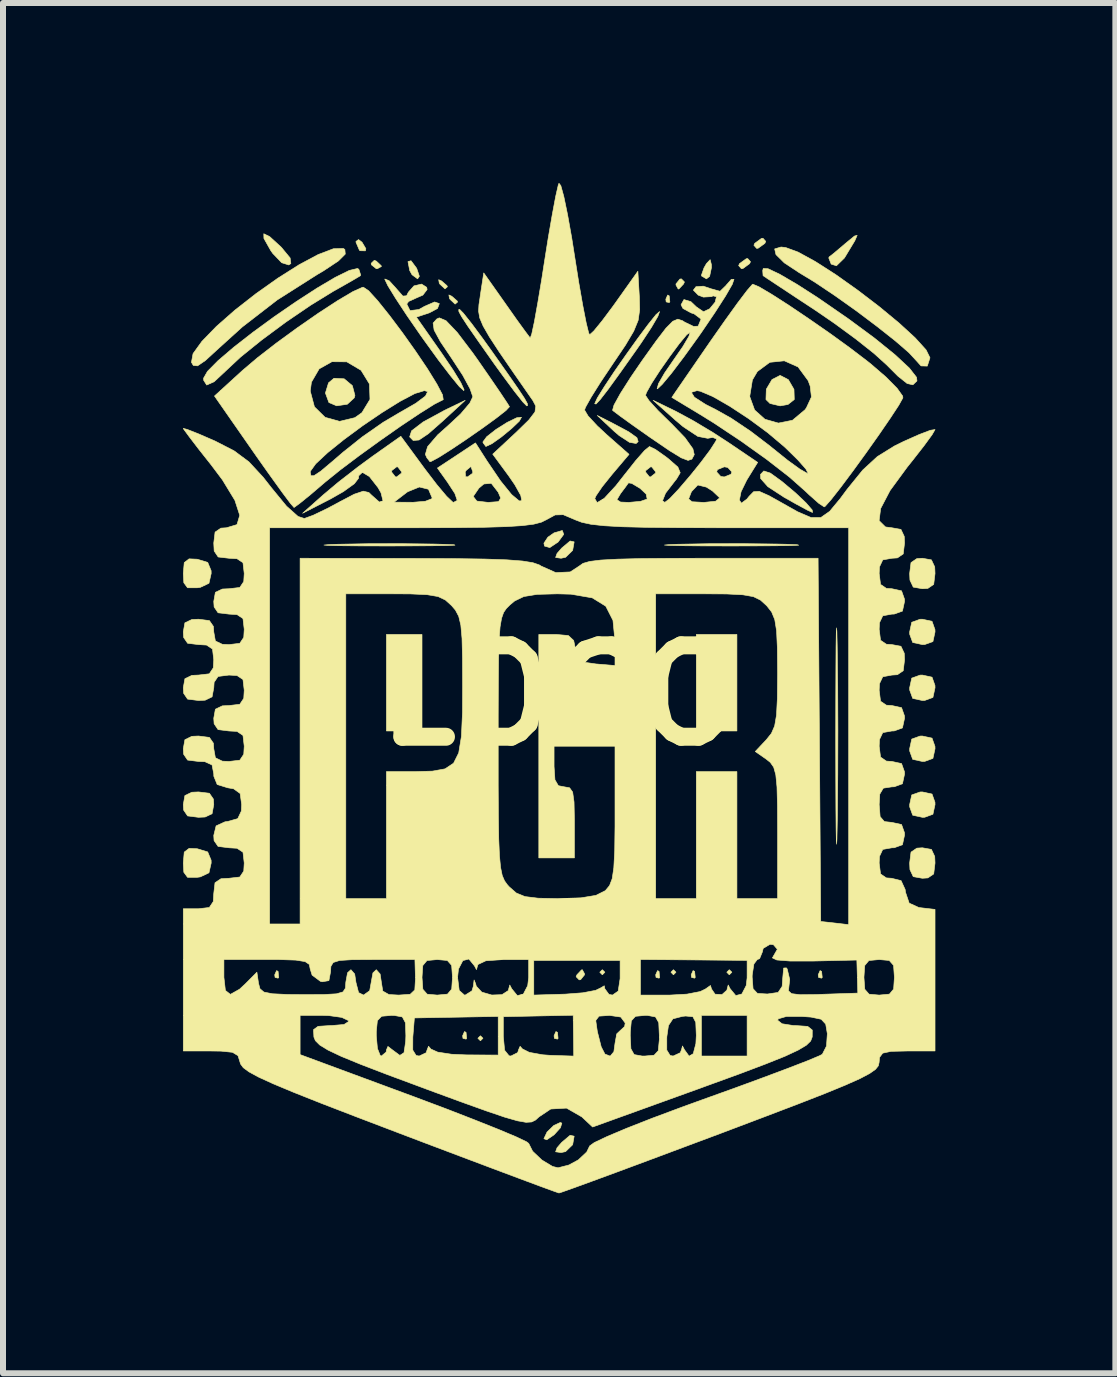
<source format=kicad_pcb>
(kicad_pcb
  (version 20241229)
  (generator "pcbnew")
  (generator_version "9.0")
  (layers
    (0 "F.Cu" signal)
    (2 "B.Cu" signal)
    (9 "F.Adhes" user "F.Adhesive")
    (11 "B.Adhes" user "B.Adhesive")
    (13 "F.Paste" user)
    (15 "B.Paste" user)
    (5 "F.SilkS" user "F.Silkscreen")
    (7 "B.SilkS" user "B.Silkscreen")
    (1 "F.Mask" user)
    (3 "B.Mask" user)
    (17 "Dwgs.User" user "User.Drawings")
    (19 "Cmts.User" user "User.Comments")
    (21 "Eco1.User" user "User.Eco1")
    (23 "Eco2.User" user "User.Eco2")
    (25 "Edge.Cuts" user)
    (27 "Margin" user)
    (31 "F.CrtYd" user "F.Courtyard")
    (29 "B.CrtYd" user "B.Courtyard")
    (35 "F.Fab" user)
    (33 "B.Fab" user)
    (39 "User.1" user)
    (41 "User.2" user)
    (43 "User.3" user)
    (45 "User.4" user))
  (footprint "LOGO"
    (layer "F.Cu")
    (at 6.27 8.541)
    (property "Reference" "LOGO" (at 0 0 0) (layer "F.SilkS") (effects (font (size 1.524 1.524) (thickness 0.3))))
    (attr through_hole)
    (fp_poly (pts (xy -2.286 0.593) (xy -2.879 0.593) (xy -2.879 -1.016) (xy -2.286 -1.016) (xy -2.286 0.593)) (stroke (width 0.01) (type solid)) (fill yes) (layer "F.SilkS"))
    (fp_poly (pts (xy -1.27 5.715) (xy -1.312 5.757) (xy -1.355 5.715) (xy -1.312 5.673) (xy -1.27 5.715)) (stroke (width 0.01) (type solid)) (fill yes) (layer "F.SilkS"))
    (fp_poly (pts (xy 0.762 4.614) (xy 0.72 4.657) (xy 0.677 4.614) (xy 0.72 4.572) (xy 0.762 4.614)) (stroke (width 0.01) (type solid)) (fill yes) (layer "F.SilkS"))
    (fp_poly (pts (xy 1.947 4.614) (xy 1.905 4.657) (xy 1.863 4.614) (xy 1.905 4.572) (xy 1.947 4.614)) (stroke (width 0.01) (type solid)) (fill yes) (layer "F.SilkS"))
    (fp_poly (pts (xy 2.879 4.614) (xy 2.836 4.657) (xy 2.794 4.614) (xy 2.836 4.572) (xy 2.879 4.614)) (stroke (width 0.01) (type solid)) (fill yes) (layer "F.SilkS"))
    (fp_poly (pts (xy 2.963 0.593) (xy 2.286 0.593) (xy 2.286 -1.016) (xy 2.963 -1.016) (xy 2.963 0.593)) (stroke (width 0.01) (type solid)) (fill yes) (layer "F.SilkS"))
    (fp_poly (pts (xy -4.685 4.6) (xy -4.675 4.701) (xy -4.685 4.713) (xy -4.735 4.701) (xy -4.741 4.657) (xy -4.71 4.587) (xy -4.685 4.6)) (stroke (width 0.01) (type solid)) (fill yes) (layer "F.SilkS"))
    (fp_poly (pts (xy -1.552 5.616) (xy -1.542 5.717) (xy -1.552 5.729) (xy -1.603 5.717) (xy -1.609 5.673) (xy -1.578 5.603) (xy -1.552 5.616)) (stroke (width 0.01) (type solid)) (fill yes) (layer "F.SilkS"))
    (fp_poly (pts (xy -0.028 5.616) (xy -0.018 5.717) (xy -0.028 5.729) (xy -0.079 5.717) (xy -0.085 5.673) (xy -0.054 5.603) (xy -0.028 5.616)) (stroke (width 0.01) (type solid)) (fill yes) (layer "F.SilkS"))
    (fp_poly (pts (xy 1.665 4.6) (xy 1.675 4.701) (xy 1.665 4.713) (xy 1.615 4.701) (xy 1.609 4.657) (xy 1.64 4.587) (xy 1.665 4.6)) (stroke (width 0.01) (type solid)) (fill yes) (layer "F.SilkS"))
    (fp_poly (pts (xy 1.834 -6.66) (xy 1.845 -6.56) (xy 1.834 -6.548) (xy 1.784 -6.559) (xy 1.778 -6.604) (xy 1.809 -6.674) (xy 1.834 -6.66)) (stroke (width 0.01) (type solid)) (fill yes) (layer "F.SilkS"))
    (fp_poly (pts (xy 2.258 4.6) (xy 2.268 4.701) (xy 2.258 4.713) (xy 2.207 4.701) (xy 2.201 4.657) (xy 2.232 4.587) (xy 2.258 4.6)) (stroke (width 0.01) (type solid)) (fill yes) (layer "F.SilkS"))
    (fp_poly (pts (xy 4.374 4.6) (xy 4.385 4.701) (xy 4.374 4.713) (xy 4.324 4.701) (xy 4.318 4.657) (xy 4.349 4.587) (xy 4.374 4.6)) (stroke (width 0.01) (type solid)) (fill yes) (layer "F.SilkS"))
    (fp_poly (pts (xy -2.375 -7.119) (xy -2.33 -6.986) (xy -2.359 -6.943) (xy -2.452 -7.011) (xy -2.491 -7.082) (xy -2.52 -7.231) (xy -2.469 -7.245) (xy -2.375 -7.119)) (stroke (width 0.01) (type solid)) (fill yes) (layer "F.SilkS"))
    (fp_poly (pts (xy -1.96 -6.908) (xy -1.87 -6.83) (xy -1.863 -6.811) (xy -1.903 -6.776) (xy -1.987 -6.854) (xy -1.998 -6.871) (xy -2.008 -6.929) (xy -1.96 -6.908)) (stroke (width 0.01) (type solid)) (fill yes) (layer "F.SilkS"))
    (fp_poly (pts (xy -1.791 -6.654) (xy -1.701 -6.576) (xy -1.693 -6.557) (xy -1.734 -6.522) (xy -1.817 -6.6) (xy -1.828 -6.617) (xy -1.838 -6.675) (xy -1.791 -6.654)) (stroke (width 0.01) (type solid)) (fill yes) (layer "F.SilkS"))
    (fp_poly (pts (xy -3.286 -7.554) (xy -3.222 -7.446) (xy -3.23 -7.41) (xy -3.318 -7.412) (xy -3.33 -7.422) (xy -3.386 -7.553) (xy -3.387 -7.566) (xy -3.344 -7.598) (xy -3.286 -7.554)) (stroke (width 0.01) (type solid)) (fill yes) (layer "F.SilkS"))
    (fp_poly (pts (xy -3.048 -7.239) (xy -2.967 -7.163) (xy -2.963 -7.149) (xy -3.029 -7.113) (xy -3.048 -7.112) (xy -3.129 -7.177) (xy -3.133 -7.202) (xy -3.081 -7.252) (xy -3.048 -7.239)) (stroke (width 0.01) (type solid)) (fill yes) (layer "F.SilkS"))
    (fp_poly (pts (xy 0.045 7.129) (xy 0.021 7.207) (xy -0.084 7.323) (xy -0.206 7.407) (xy -0.254 7.389) (xy -0.202 7.278) (xy -0.09 7.169) (xy 0.018 7.119) (xy 0.045 7.129)) (stroke (width 0.01) (type solid)) (fill yes) (layer "F.SilkS"))
    (fp_poly (pts (xy 0.076 -2.684) (xy -0.017 -2.557) (xy -0.156 -2.464) (xy -0.244 -2.489) (xy -0.254 -2.537) (xy -0.188 -2.637) (xy -0.085 -2.709) (xy 0.053 -2.749) (xy 0.076 -2.684)) (stroke (width 0.01) (type solid)) (fill yes) (layer "F.SilkS"))
    (fp_poly (pts (xy 0.25 -2.559) (xy 0.225 -2.417) (xy 0.107 -2.302) (xy 0.032 -2.286) (xy -0.059 -2.299) (xy -0.035 -2.366) (xy 0.043 -2.456) (xy 0.183 -2.574) (xy 0.25 -2.559)) (stroke (width 0.01) (type solid)) (fill yes) (layer "F.SilkS"))
    (fp_poly (pts (xy 0.25 7.347) (xy 0.225 7.489) (xy 0.107 7.604) (xy 0.032 7.62) (xy -0.059 7.607) (xy -0.035 7.54) (xy 0.043 7.45) (xy 0.183 7.332) (xy 0.25 7.347)) (stroke (width 0.01) (type solid)) (fill yes) (layer "F.SilkS"))
    (fp_poly (pts (xy 0.422 4.638) (xy 0.423 4.657) (xy 0.358 4.738) (xy 0.334 4.741) (xy 0.283 4.689) (xy 0.296 4.657) (xy 0.372 4.576) (xy 0.386 4.572) (xy 0.422 4.638)) (stroke (width 0.01) (type solid)) (fill yes) (layer "F.SilkS"))
    (fp_poly (pts (xy 2.088 -6.891) (xy 2.074 -6.858) (xy 1.998 -6.777) (xy 1.985 -6.773) (xy 1.948 -6.839) (xy 1.947 -6.858) (xy 2.012 -6.939) (xy 2.037 -6.943) (xy 2.088 -6.891)) (stroke (width 0.01) (type solid)) (fill yes) (layer "F.SilkS"))
    (fp_poly (pts (xy 3.189 -7.229) (xy 3.175 -7.197) (xy 3.063 -7.115) (xy 3.038 -7.112) (xy 2.992 -7.164) (xy 3.006 -7.197) (xy 3.118 -7.278) (xy 3.143 -7.281) (xy 3.189 -7.229)) (stroke (width 0.01) (type solid)) (fill yes) (layer "F.SilkS"))
    (fp_poly (pts (xy 3.443 -7.568) (xy 3.429 -7.535) (xy 3.317 -7.454) (xy 3.292 -7.451) (xy 3.246 -7.503) (xy 3.26 -7.535) (xy 3.372 -7.617) (xy 3.397 -7.62) (xy 3.443 -7.568)) (stroke (width 0.01) (type solid)) (fill yes) (layer "F.SilkS"))
    (fp_poly (pts (xy 0.889 -4.538) (xy 1.16 -4.393) (xy 1.296 -4.296) (xy 1.317 -4.231) (xy 1.283 -4.199) (xy 1.173 -4.218) (xy 1 -4.331) (xy 0.914 -4.405) (xy 0.635 -4.666) (xy 0.889 -4.538)) (stroke (width 0.01) (type solid)) (fill yes) (layer "F.SilkS"))
    (fp_poly (pts (xy 2.538 -7.179) (xy 2.539 -7.133) (xy 2.508 -6.985) (xy 2.455 -6.943) (xy 2.374 -6.991) (xy 2.372 -7.006) (xy 2.414 -7.125) (xy 2.455 -7.197) (xy 2.517 -7.263) (xy 2.538 -7.179)) (stroke (width 0.01) (type solid)) (fill yes) (layer "F.SilkS"))
    (fp_poly (pts (xy -3.583 -5.277) (xy -3.447 -5.163) (xy -3.404 -5) (xy -3.415 -4.96) (xy -3.531 -4.853) (xy -3.709 -4.827) (xy -3.838 -4.882) (xy -3.896 -5.04) (xy -3.844 -5.21) (xy -3.753 -5.286) (xy -3.583 -5.277)) (stroke (width 0.01) (type solid)) (fill yes) (layer "F.SilkS"))
    (fp_poly (pts (xy -1.937 -4.576) (xy -2.18 -4.362) (xy -2.336 -4.257) (xy -2.433 -4.249) (xy -2.492 -4.309) (xy -2.46 -4.41) (xy -2.268 -4.557) (xy -1.921 -4.746) (xy -1.863 -4.775) (xy -1.566 -4.918) (xy -1.937 -4.576)) (stroke (width 0.01) (type solid)) (fill yes) (layer "F.SilkS"))
    (fp_poly (pts (xy 3.82 -5.263) (xy 3.914 -5.101) (xy 3.919 -4.932) (xy 3.814 -4.849) (xy 3.683 -4.826) (xy 3.514 -4.866) (xy 3.447 -4.932) (xy 3.453 -5.104) (xy 3.548 -5.265) (xy 3.683 -5.334) (xy 3.82 -5.263)) (stroke (width 0.01) (type solid)) (fill yes) (layer "F.SilkS"))
    (fp_poly (pts (xy -4.825 -7.647) (xy -4.636 -7.474) (xy -4.625 -7.462) (xy -4.484 -7.291) (xy -4.472 -7.198) (xy -4.507 -7.175) (xy -4.625 -7.212) (xy -4.775 -7.369) (xy -4.809 -7.418) (xy -4.921 -7.617) (xy -4.923 -7.695) (xy -4.825 -7.647)) (stroke (width 0.01) (type solid)) (fill yes) (layer "F.SilkS"))
    (fp_poly (pts (xy 4.928 -7.578) (xy 4.755 -7.291) (xy 4.622 -7.161) (xy 4.534 -7.189) (xy 4.494 -7.291) (xy 4.5 -7.308) (xy 4.577 -7.368) (xy 4.731 -7.498) (xy 4.774 -7.535) (xy 4.923 -7.657) (xy 4.967 -7.668) (xy 4.928 -7.578)) (stroke (width 0.01) (type solid)) (fill yes) (layer "F.SilkS"))
    (fp_poly (pts (xy -6.032 -2.27) (xy -5.858 -2.217) (xy -5.801 -2.079) (xy -5.8 -2.032) (xy -5.837 -1.869) (xy -5.981 -1.801) (xy -6.032 -1.794) (xy -6.194 -1.794) (xy -6.256 -1.878) (xy -6.265 -2.032) (xy -6.249 -2.214) (xy -6.168 -2.276) (xy -6.032 -2.27)) (stroke (width 0.01) (type solid)) (fill yes) (layer "F.SilkS"))
    (fp_poly (pts (xy -6.032 2.556) (xy -5.858 2.609) (xy -5.801 2.747) (xy -5.8 2.794) (xy -5.837 2.957) (xy -5.981 3.025) (xy -6.032 3.032) (xy -6.194 3.032) (xy -6.256 2.948) (xy -6.265 2.794) (xy -6.249 2.612) (xy -6.168 2.55) (xy -6.032 2.556)) (stroke (width 0.01) (type solid)) (fill yes) (layer "F.SilkS"))
    (fp_poly (pts (xy -5.83 1.631) (xy -5.763 1.728) (xy -5.757 1.82) (xy -5.785 1.972) (xy -5.901 2.027) (xy -6.011 2.032) (xy -6.193 2.009) (xy -6.259 1.912) (xy -6.265 1.82) (xy -6.238 1.669) (xy -6.122 1.614) (xy -6.011 1.609) (xy -5.83 1.631)) (stroke (width 0.01) (type solid)) (fill yes) (layer "F.SilkS"))
    (fp_poly (pts (xy 6.205 -2.259) (xy 6.26 -2.142) (xy 6.265 -2.032) (xy 6.243 -1.85) (xy 6.146 -1.784) (xy 6.054 -1.778) (xy 5.902 -1.805) (xy 5.847 -1.922) (xy 5.842 -2.032) (xy 5.865 -2.214) (xy 5.962 -2.28) (xy 6.054 -2.286) (xy 6.205 -2.259)) (stroke (width 0.01) (type solid)) (fill yes) (layer "F.SilkS"))
    (fp_poly (pts (xy 6.205 2.567) (xy 6.26 2.684) (xy 6.265 2.794) (xy 6.243 2.976) (xy 6.146 3.042) (xy 6.054 3.048) (xy 5.902 3.021) (xy 5.847 2.904) (xy 5.842 2.794) (xy 5.865 2.612) (xy 5.962 2.546) (xy 6.054 2.54) (xy 6.205 2.567)) (stroke (width 0.01) (type solid)) (fill yes) (layer "F.SilkS"))
    (fp_poly (pts (xy 6.215 -1.235) (xy 6.264 -1.097) (xy 6.265 -1.058) (xy 6.23 -0.897) (xy 6.093 -0.848) (xy 6.054 -0.847) (xy 5.893 -0.882) (xy 5.843 -1.019) (xy 5.842 -1.058) (xy 5.877 -1.219) (xy 6.015 -1.269) (xy 6.054 -1.27) (xy 6.215 -1.235)) (stroke (width 0.01) (type solid)) (fill yes) (layer "F.SilkS"))
    (fp_poly (pts (xy 6.215 -0.304) (xy 6.264 -0.166) (xy 6.265 -0.127) (xy 6.23 0.034) (xy 6.093 0.084) (xy 6.054 0.085) (xy 5.893 0.05) (xy 5.843 -0.088) (xy 5.842 -0.127) (xy 5.877 -0.288) (xy 6.015 -0.338) (xy 6.054 -0.339) (xy 6.215 -0.304)) (stroke (width 0.01) (type solid)) (fill yes) (layer "F.SilkS"))
    (fp_poly (pts (xy 6.215 0.712) (xy 6.264 0.85) (xy 6.265 0.889) (xy 6.23 1.05) (xy 6.093 1.1) (xy 6.054 1.101) (xy 5.893 1.066) (xy 5.843 0.928) (xy 5.842 0.889) (xy 5.877 0.728) (xy 6.015 0.678) (xy 6.054 0.677) (xy 6.215 0.712)) (stroke (width 0.01) (type solid)) (fill yes) (layer "F.SilkS"))
    (fp_poly (pts (xy 6.215 1.644) (xy 6.264 1.781) (xy 6.265 1.82) (xy 6.23 1.981) (xy 6.093 2.031) (xy 6.054 2.032) (xy 5.893 1.997) (xy 5.843 1.859) (xy 5.842 1.82) (xy 5.877 1.659) (xy 6.015 1.61) (xy 6.054 1.609) (xy 6.215 1.644)) (stroke (width 0.01) (type solid)) (fill yes) (layer "F.SilkS"))
    (fp_poly (pts (xy -0.665 -4.57) (xy -0.793 -4.448) (xy -0.96 -4.31) (xy -1.119 -4.197) (xy -1.221 -4.149) (xy -1.222 -4.149) (xy -1.269 -4.213) (xy -1.27 -4.226) (xy -1.207 -4.312) (xy -1.054 -4.432) (xy -0.869 -4.549) (xy -0.707 -4.628) (xy -0.628 -4.636) (xy -0.665 -4.57)) (stroke (width 0.01) (type solid)) (fill yes) (layer "F.SilkS"))
    (fp_poly (pts (xy 3.521 -3.705) (xy 3.718 -3.562) (xy 3.721 -3.559) (xy 3.939 -3.376) (xy 4.115 -3.209) (xy 4.218 -3.09) (xy 4.223 -3.049) (xy 4.138 -3.088) (xy 3.951 -3.189) (xy 3.749 -3.303) (xy 3.479 -3.479) (xy 3.359 -3.614) (xy 3.356 -3.683) (xy 3.411 -3.741) (xy 3.521 -3.705)) (stroke (width 0.01) (type solid)) (fill yes) (layer "F.SilkS"))
    (fp_poly (pts (xy -2.1 -2.523) (xy -1.922 -2.518) (xy -1.75 -2.511) (xy -1.737 -2.504) (xy -1.872 -2.498) (xy -2.143 -2.494) (xy -2.54 -2.492) (xy -2.836 -2.491) (xy -3.301 -2.492) (xy -3.643 -2.495) (xy -3.852 -2.5) (xy -3.92 -2.506) (xy -3.834 -2.514) (xy -3.7 -2.519) (xy -3.194 -2.528) (xy -2.629 -2.529) (xy -2.1 -2.523)) (stroke (width 0.01) (type solid)) (fill yes) (layer "F.SilkS"))
    (fp_poly (pts (xy 3.617 -2.523) (xy 3.789 -2.519) (xy 3.97 -2.511) (xy 3.993 -2.504) (xy 3.867 -2.498) (xy 3.603 -2.494) (xy 3.212 -2.492) (xy 2.879 -2.491) (xy 2.407 -2.492) (xy 2.055 -2.495) (xy 1.834 -2.5) (xy 1.755 -2.506) (xy 1.827 -2.513) (xy 1.968 -2.519) (xy 2.483 -2.528) (xy 3.066 -2.529) (xy 3.617 -2.523)) (stroke (width 0.01) (type solid)) (fill yes) (layer "F.SilkS"))
    (fp_poly (pts (xy 1.674 -6.398) (xy 1.645 -6.317) (xy 1.538 -6.134) (xy 1.372 -5.882) (xy 1.304 -5.784) (xy 1.018 -5.38) (xy 0.816 -5.101) (xy 0.685 -4.932) (xy 0.615 -4.857) (xy 0.593 -4.862) (xy 0.593 -4.864) (xy 0.637 -4.959) (xy 0.755 -5.149) (xy 0.922 -5.401) (xy 1.116 -5.679) (xy 1.311 -5.952) (xy 1.485 -6.185) (xy 1.613 -6.345) (xy 1.673 -6.398) (xy 1.674 -6.398)) (stroke (width 0.01) (type solid)) (fill yes) (layer "F.SilkS"))
    (fp_poly (pts (xy -1.596 -6.37) (xy -1.458 -6.196) (xy -1.269 -5.941) (xy -1.122 -5.736) (xy -0.86 -5.365) (xy -0.683 -5.11) (xy -0.577 -4.95) (xy -0.53 -4.864) (xy -0.527 -4.83) (xy -0.541 -4.826) (xy -0.605 -4.891) (xy -0.743 -5.065) (xy -0.932 -5.32) (xy -1.08 -5.524) (xy -1.342 -5.896) (xy -1.519 -6.15) (xy -1.624 -6.31) (xy -1.671 -6.397) (xy -1.674 -6.431) (xy -1.66 -6.435) (xy -1.596 -6.37)) (stroke (width 0.01) (type solid)) (fill yes) (layer "F.SilkS"))
    (fp_poly (pts (xy 4.629 -1.065) (xy 4.634 -0.845) (xy 4.635 -0.783) (xy 4.643 -0.146) (xy 4.646 0.582) (xy 4.644 1.319) (xy 4.638 1.987) (xy 4.635 2.138) (xy 4.63 2.39) (xy 4.625 2.48) (xy 4.62 2.418) (xy 4.616 2.211) (xy 4.613 1.868) (xy 4.611 1.396) (xy 4.61 0.805) (xy 4.61 0.677) (xy 4.611 0.064) (xy 4.613 -0.432) (xy 4.615 -0.8) (xy 4.619 -1.034) (xy 4.624 -1.125) (xy 4.629 -1.065)) (stroke (width 0.01) (type solid)) (fill yes) (layer "F.SilkS"))
    (fp_poly (pts (xy -3.572 -7.433) (xy -3.565 -7.356) (xy -3.679 -7.242) (xy -3.929 -7.076) (xy -4.033 -7.015) (xy -4.699 -6.592) (xy -5.281 -6.142) (xy -5.682 -5.779) (xy -5.898 -5.581) (xy -6.027 -5.493) (xy -6.098 -5.5) (xy -6.129 -5.552) (xy -6.102 -5.697) (xy -5.954 -5.902) (xy -5.713 -6.15) (xy -5.405 -6.421) (xy -5.055 -6.695) (xy -4.689 -6.954) (xy -4.335 -7.178) (xy -4.017 -7.348) (xy -3.763 -7.445) (xy -3.598 -7.45) (xy -3.572 -7.433)) (stroke (width 0.01) (type solid)) (fill yes) (layer "F.SilkS"))
    (fp_poly (pts (xy 3.776 -7.465) (xy 3.983 -7.389) (xy 4.271 -7.231) (xy 4.611 -7.013) (xy 4.976 -6.754) (xy 5.337 -6.478) (xy 5.666 -6.206) (xy 5.935 -5.959) (xy 6.116 -5.759) (xy 6.181 -5.628) (xy 6.136 -5.489) (xy 6.032 -5.492) (xy 5.95 -5.583) (xy 5.83 -5.713) (xy 5.601 -5.911) (xy 5.296 -6.152) (xy 4.949 -6.413) (xy 4.591 -6.667) (xy 4.256 -6.891) (xy 4.001 -7.046) (xy 3.754 -7.209) (xy 3.614 -7.347) (xy 3.592 -7.442) (xy 3.699 -7.474) (xy 3.776 -7.465)) (stroke (width 0.01) (type solid)) (fill yes) (layer "F.SilkS"))
    (fp_poly (pts (xy -3.339 -7.103) (xy -3.308 -7.007) (xy -3.315 -6.994) (xy -3.399 -6.944) (xy -3.585 -6.837) (xy -3.768 -6.734) (xy -4.142 -6.504) (xy -4.556 -6.222) (xy -4.961 -5.922) (xy -5.31 -5.64) (xy -5.54 -5.425) (xy -5.75 -5.229) (xy -5.875 -5.173) (xy -5.925 -5.252) (xy -5.927 -5.287) (xy -5.862 -5.401) (xy -5.686 -5.579) (xy -5.424 -5.803) (xy -5.102 -6.054) (xy -4.746 -6.314) (xy -4.381 -6.565) (xy -4.035 -6.789) (xy -3.732 -6.968) (xy -3.499 -7.083) (xy -3.361 -7.116) (xy -3.339 -7.103)) (stroke (width 0.01) (type solid)) (fill yes) (layer "F.SilkS"))
    (fp_poly (pts (xy 3.482 -7.112) (xy 3.678 -7.019) (xy 3.97 -6.848) (xy 4.321 -6.622) (xy 4.823 -6.275) (xy 5.254 -5.957) (xy 5.596 -5.68) (xy 5.836 -5.457) (xy 5.957 -5.302) (xy 5.964 -5.242) (xy 5.896 -5.177) (xy 5.8 -5.199) (xy 5.646 -5.322) (xy 5.457 -5.511) (xy 5.248 -5.7) (xy 4.94 -5.944) (xy 4.578 -6.209) (xy 4.276 -6.416) (xy 3.945 -6.634) (xy 3.67 -6.816) (xy 3.478 -6.943) (xy 3.399 -6.996) (xy 3.399 -6.996) (xy 3.393 -7.081) (xy 3.402 -7.116) (xy 3.482 -7.112)) (stroke (width 0.01) (type solid)) (fill yes) (layer "F.SilkS"))
    (fp_poly (pts (xy -1.886 -6.246) (xy -1.699 -6.05) (xy -1.439 -5.707) (xy -1.365 -5.603) (xy -1.152 -5.296) (xy -0.977 -5.04) (xy -0.862 -4.867) (xy -0.828 -4.812) (xy -0.885 -4.75) (xy -1.047 -4.623) (xy -1.277 -4.456) (xy -1.538 -4.274) (xy -1.792 -4.104) (xy -2.003 -3.97) (xy -2.134 -3.9) (xy -2.153 -3.895) (xy -2.205 -3.961) (xy -2.23 -4.017) (xy -2.193 -4.146) (xy -2.024 -4.343) (xy -1.858 -4.491) (xy -1.641 -4.693) (xy -1.489 -4.872) (xy -1.439 -4.978) (xy -1.486 -5.113) (xy -1.607 -5.336) (xy -1.778 -5.597) (xy -1.778 -5.598) (xy -1.979 -5.896) (xy -2.084 -6.089) (xy -2.101 -6.206) (xy -2.04 -6.274) (xy -1.998 -6.293) (xy -1.886 -6.246)) (stroke (width 0.01) (type solid)) (fill yes) (layer "F.SilkS"))
    (fp_poly (pts (xy -2.834 -6.912) (xy -2.717 -6.784) (xy -2.717 -6.783) (xy -2.605 -6.656) (xy -2.543 -6.661) (xy -2.513 -6.721) (xy -2.42 -6.826) (xy -2.293 -6.856) (xy -2.208 -6.802) (xy -2.201 -6.765) (xy -2.272 -6.672) (xy -2.371 -6.629) (xy -2.508 -6.567) (xy -2.54 -6.524) (xy -2.486 -6.414) (xy -2.338 -6.432) (xy -2.242 -6.486) (xy -2.076 -6.558) (xy -1.997 -6.531) (xy -2.028 -6.449) (xy -2.163 -6.377) (xy -2.38 -6.305) (xy -1.95 -5.692) (xy -1.767 -5.422) (xy -1.639 -5.213) (xy -1.585 -5.095) (xy -1.589 -5.08) (xy -1.662 -5.145) (xy -1.809 -5.325) (xy -2.013 -5.591) (xy -2.251 -5.92) (xy -2.301 -5.99) (xy -2.536 -6.33) (xy -2.726 -6.619) (xy -2.855 -6.829) (xy -2.906 -6.935) (xy -2.905 -6.941) (xy -2.834 -6.912)) (stroke (width 0.01) (type solid)) (fill yes) (layer "F.SilkS"))
    (fp_poly (pts (xy -3.177 -6.746) (xy -3.026 -6.58) (xy -2.831 -6.337) (xy -2.613 -6.047) (xy -2.395 -5.74) (xy -2.196 -5.445) (xy -2.039 -5.191) (xy -1.944 -5.01) (xy -1.932 -4.93) (xy -1.933 -4.929) (xy -2.08 -4.854) (xy -2.328 -4.698) (xy -2.642 -4.488) (xy -2.989 -4.245) (xy -3.336 -3.994) (xy -3.648 -3.759) (xy -3.892 -3.562) (xy -3.909 -3.548) (xy -4.143 -3.348) (xy -4.323 -3.202) (xy -4.416 -3.134) (xy -4.42 -3.133) (xy -4.477 -3.198) (xy -4.611 -3.377) (xy -4.804 -3.645) (xy -4.859 -3.722) (xy -4.149 -3.722) (xy -4.137 -3.661) (xy -4.087 -3.662) (xy -3.974 -3.737) (xy -3.775 -3.904) (xy -3.6 -4.055) (xy -3.283 -4.308) (xy -2.933 -4.552) (xy -2.664 -4.711) (xy -2.391 -4.868) (xy -2.228 -4.99) (xy -2.192 -5.064) (xy -2.246 -5.08) (xy -2.404 -5.032) (xy -2.649 -4.903) (xy -2.95 -4.716) (xy -3.274 -4.496) (xy -3.588 -4.264) (xy -3.86 -4.045) (xy -4.057 -3.861) (xy -4.147 -3.736) (xy -4.149 -3.722) (xy -4.859 -3.722) (xy -5.038 -3.975) (xy -5.098 -4.061) (xy -5.745 -4.99) (xy -5.654 -5.073) (xy -4.149 -5.073) (xy -4.079 -4.81) (xy -3.901 -4.635) (xy -3.661 -4.568) (xy -3.406 -4.629) (xy -3.288 -4.712) (xy -3.153 -4.934) (xy -3.162 -5.191) (xy -3.302 -5.419) (xy -3.54 -5.56) (xy -3.788 -5.562) (xy -4 -5.443) (xy -4.129 -5.221) (xy -4.149 -5.073) (xy -5.654 -5.073) (xy -5.282 -5.413) (xy -5.03 -5.627) (xy -4.713 -5.873) (xy -4.363 -6.128) (xy -4.013 -6.371) (xy -3.694 -6.579) (xy -3.439 -6.73) (xy -3.279 -6.802) (xy -3.264 -6.804) (xy -3.177 -6.746)) (stroke (width 0.01) (type solid)) (fill yes) (layer "F.SilkS"))
    (fp_poly (pts (xy 2.886 -6.853) (xy 2.775 -6.66) (xy 2.598 -6.384) (xy 2.372 -6.051) (xy 2.32 -5.977) (xy 2.08 -5.644) (xy 1.874 -5.372) (xy 1.72 -5.187) (xy 1.64 -5.111) (xy 1.633 -5.112) (xy 1.656 -5.197) (xy 1.759 -5.376) (xy 1.905 -5.588) (xy 2.063 -5.816) (xy 2.163 -5.986) (xy 2.184 -6.056) (xy 2.125 -6.011) (xy 2.002 -5.863) (xy 1.846 -5.652) (xy 1.683 -5.42) (xy 1.544 -5.206) (xy 1.456 -5.05) (xy 1.439 -5.001) (xy 1.497 -4.914) (xy 1.648 -4.748) (xy 1.86 -4.54) (xy 1.868 -4.533) (xy 2.096 -4.297) (xy 2.229 -4.111) (xy 2.252 -4.013) (xy 2.212 -3.938) (xy 2.149 -3.917) (xy 2.035 -3.96) (xy 1.841 -4.079) (xy 1.54 -4.284) (xy 1.508 -4.306) (xy 1.238 -4.496) (xy 1.024 -4.65) (xy 0.902 -4.742) (xy 0.89 -4.753) (xy 0.914 -4.839) (xy 1.021 -5.033) (xy 1.193 -5.303) (xy 1.379 -5.575) (xy 1.617 -5.908) (xy 1.781 -6.122) (xy 1.894 -6.236) (xy 1.978 -6.271) (xy 2.055 -6.246) (xy 2.092 -6.222) (xy 2.241 -6.15) (xy 2.317 -6.155) (xy 2.365 -6.273) (xy 2.249 -6.36) (xy 2.201 -6.375) (xy 2.064 -6.449) (xy 2.032 -6.511) (xy 2.08 -6.598) (xy 2.196 -6.563) (xy 2.287 -6.476) (xy 2.405 -6.395) (xy 2.509 -6.444) (xy 2.6 -6.555) (xy 2.622 -6.645) (xy 2.565 -6.66) (xy 2.541 -6.647) (xy 2.404 -6.639) (xy 2.318 -6.672) (xy 2.237 -6.755) (xy 2.28 -6.812) (xy 2.403 -6.821) (xy 2.534 -6.777) (xy 2.682 -6.736) (xy 2.782 -6.833) (xy 2.783 -6.836) (xy 2.87 -6.935) (xy 2.914 -6.936) (xy 2.886 -6.853)) (stroke (width 0.01) (type solid)) (fill yes) (layer "F.SilkS"))
    (fp_poly (pts (xy 3.332 -6.81) (xy 3.542 -6.686) (xy 3.829 -6.502) (xy 4.161 -6.278) (xy 4.51 -6.036) (xy 4.844 -5.794) (xy 5.134 -5.573) (xy 5.192 -5.527) (xy 5.446 -5.308) (xy 5.633 -5.119) (xy 5.726 -4.989) (xy 5.729 -4.959) (xy 5.66 -4.835) (xy 5.518 -4.619) (xy 5.328 -4.342) (xy 5.112 -4.037) (xy 4.892 -3.734) (xy 4.69 -3.464) (xy 4.53 -3.26) (xy 4.433 -3.151) (xy 4.418 -3.142) (xy 4.327 -3.202) (xy 4.169 -3.342) (xy 4.106 -3.402) (xy 3.836 -3.641) (xy 3.463 -3.931) (xy 3.029 -4.241) (xy 2.581 -4.539) (xy 2.347 -4.684) (xy 1.878 -4.967) (xy 1.935 -5.051) (xy 2.203 -5.051) (xy 2.254 -4.97) (xy 2.439 -4.851) (xy 2.607 -4.766) (xy 2.869 -4.619) (xy 3.192 -4.402) (xy 3.513 -4.157) (xy 3.556 -4.122) (xy 3.81 -3.918) (xy 4.013 -3.771) (xy 4.132 -3.703) (xy 4.149 -3.703) (xy 4.112 -3.774) (xy 3.978 -3.926) (xy 3.772 -4.128) (xy 3.749 -4.149) (xy 3.476 -4.379) (xy 3.161 -4.611) (xy 2.843 -4.82) (xy 2.561 -4.982) (xy 2.56 -4.982) (xy 3.176 -4.982) (xy 3.258 -4.757) (xy 3.43 -4.603) (xy 3.653 -4.539) (xy 3.889 -4.586) (xy 4.099 -4.762) (xy 4.122 -4.795) (xy 4.205 -4.974) (xy 4.184 -5.156) (xy 4.15 -5.247) (xy 3.982 -5.475) (xy 3.753 -5.577) (xy 3.511 -5.552) (xy 3.304 -5.399) (xy 3.221 -5.258) (xy 3.176 -4.982) (xy 2.56 -4.982) (xy 2.353 -5.07) (xy 2.297 -5.08) (xy 2.203 -5.051) (xy 1.935 -5.051) (xy 2.526 -5.909) (xy 2.768 -6.254) (xy 2.976 -6.543) (xy 3.133 -6.75) (xy 3.219 -6.849) (xy 3.228 -6.854) (xy 3.332 -6.81)) (stroke (width 0.01) (type solid)) (fill yes) (layer "F.SilkS"))
    (fp_poly (pts (xy 0.028 -8.496) (xy 0.078 -8.314) (xy 0.14 -8.014) (xy 0.21 -7.622) (xy 0.256 -7.33) (xy 0.327 -6.881) (xy 0.394 -6.498) (xy 0.451 -6.208) (xy 0.492 -6.041) (xy 0.508 -6.011) (xy 0.578 -6.075) (xy 0.717 -6.245) (xy 0.897 -6.486) (xy 0.936 -6.54) (xy 1.312 -7.07) (xy 1.337 -6.638) (xy 1.342 -6.427) (xy 1.317 -6.252) (xy 1.243 -6.071) (xy 1.105 -5.838) (xy 0.893 -5.524) (xy 0.692 -5.224) (xy 0.534 -4.972) (xy 0.44 -4.804) (xy 0.423 -4.757) (xy 0.482 -4.658) (xy 0.635 -4.493) (xy 0.794 -4.345) (xy 1.165 -4.018) (xy 0.88 -3.681) (xy 0.718 -3.479) (xy 0.615 -3.328) (xy 0.594 -3.281) (xy 0.633 -3.213) (xy 0.714 -3.262) (xy 0.963 -3.262) (xy 1.023 -3.223) (xy 1.161 -3.217) (xy 1.358 -3.235) (xy 1.467 -3.273) (xy 1.45 -3.356) (xy 1.349 -3.451) (xy 1.212 -3.533) (xy 1.156 -3.543) (xy 1.096 -3.46) (xy 1.024 -3.365) (xy 0.963 -3.262) (xy 0.714 -3.262) (xy 0.752 -3.285) (xy 0.944 -3.493) (xy 1.093 -3.683) (xy 1.127 -3.725) (xy 1.439 -3.725) (xy 1.504 -3.643) (xy 1.524 -3.641) (xy 1.606 -3.705) (xy 1.609 -3.725) (xy 1.544 -3.808) (xy 1.524 -3.81) (xy 1.442 -3.746) (xy 1.439 -3.725) (xy 1.127 -3.725) (xy 1.277 -3.915) (xy 1.424 -4.082) (xy 1.505 -4.148) (xy 1.506 -4.148) (xy 1.605 -4.1) (xy 1.775 -3.98) (xy 1.82 -3.945) (xy 1.979 -3.806) (xy 2.018 -3.711) (xy 1.956 -3.606) (xy 1.939 -3.586) (xy 1.773 -3.37) (xy 1.723 -3.244) (xy 1.761 -3.217) (xy 1.837 -3.275) (xy 2.158 -3.275) (xy 2.214 -3.228) (xy 2.404 -3.217) (xy 2.415 -3.217) (xy 2.609 -3.237) (xy 2.672 -3.289) (xy 2.667 -3.302) (xy 2.555 -3.408) (xy 2.454 -3.472) (xy 2.311 -3.507) (xy 2.209 -3.4) (xy 2.202 -3.388) (xy 2.158 -3.275) (xy 1.837 -3.275) (xy 1.842 -3.279) (xy 1.991 -3.437) (xy 2.175 -3.652) (xy 2.235 -3.725) (xy 2.625 -3.725) (xy 2.693 -3.65) (xy 2.752 -3.641) (xy 2.864 -3.686) (xy 2.879 -3.725) (xy 2.81 -3.8) (xy 2.752 -3.81) (xy 2.639 -3.764) (xy 2.625 -3.725) (xy 2.235 -3.725) (xy 2.362 -3.884) (xy 2.518 -4.092) (xy 2.612 -4.238) (xy 2.625 -4.274) (xy 2.559 -4.3) (xy 2.477 -4.285) (xy 2.312 -4.317) (xy 2.067 -4.479) (xy 1.947 -4.58) (xy 1.566 -4.919) (xy 1.947 -4.734) (xy 2.225 -4.584) (xy 2.56 -4.384) (xy 2.819 -4.216) (xy 3.309 -3.884) (xy 3.126 -3.588) (xy 3.032 -3.395) (xy 3.004 -3.256) (xy 3.038 -3.204) (xy 3.13 -3.273) (xy 3.166 -3.318) (xy 3.241 -3.395) (xy 3.335 -3.401) (xy 3.497 -3.329) (xy 3.646 -3.246) (xy 3.974 -3.061) (xy 4.198 -2.965) (xy 4.362 -2.965) (xy 4.509 -3.068) (xy 4.685 -3.28) (xy 4.799 -3.434) (xy 5.06 -3.756) (xy 5.303 -3.98) (xy 5.588 -4.157) (xy 5.736 -4.23) (xy 5.998 -4.347) (xy 6.187 -4.419) (xy 6.265 -4.431) (xy 6.265 -4.43) (xy 6.216 -4.345) (xy 6.083 -4.163) (xy 5.891 -3.917) (xy 5.8 -3.803) (xy 5.515 -3.414) (xy 5.359 -3.116) (xy 5.333 -2.913) (xy 5.439 -2.808) (xy 5.546 -2.794) (xy 5.697 -2.767) (xy 5.752 -2.65) (xy 5.757 -2.54) (xy 5.735 -2.358) (xy 5.638 -2.292) (xy 5.546 -2.286) (xy 5.394 -2.259) (xy 5.339 -2.142) (xy 5.334 -2.032) (xy 5.357 -1.85) (xy 5.454 -1.784) (xy 5.546 -1.778) (xy 5.707 -1.743) (xy 5.756 -1.605) (xy 5.757 -1.566) (xy 5.722 -1.405) (xy 5.585 -1.356) (xy 5.546 -1.355) (xy 5.394 -1.327) (xy 5.339 -1.211) (xy 5.334 -1.101) (xy 5.357 -0.919) (xy 5.454 -0.853) (xy 5.546 -0.847) (xy 5.697 -0.819) (xy 5.752 -0.703) (xy 5.757 -0.593) (xy 5.735 -0.411) (xy 5.638 -0.345) (xy 5.546 -0.339) (xy 5.394 -0.311) (xy 5.339 -0.195) (xy 5.334 -0.085) (xy 5.357 0.097) (xy 5.454 0.163) (xy 5.546 0.169) (xy 5.707 0.204) (xy 5.756 0.342) (xy 5.757 0.381) (xy 5.722 0.542) (xy 5.585 0.592) (xy 5.546 0.593) (xy 5.394 0.62) (xy 5.339 0.736) (xy 5.334 0.847) (xy 5.357 1.028) (xy 5.454 1.095) (xy 5.546 1.101) (xy 5.707 1.136) (xy 5.756 1.273) (xy 5.757 1.312) (xy 5.722 1.473) (xy 5.585 1.523) (xy 5.546 1.524) (xy 5.403 1.546) (xy 5.344 1.646) (xy 5.334 1.82) (xy 5.35 2.021) (xy 5.421 2.103) (xy 5.546 2.117) (xy 5.707 2.152) (xy 5.756 2.289) (xy 5.757 2.328) (xy 5.722 2.489) (xy 5.585 2.539) (xy 5.546 2.54) (xy 5.394 2.567) (xy 5.339 2.684) (xy 5.334 2.794) (xy 5.357 2.976) (xy 5.454 3.042) (xy 5.54 3.048) (xy 5.699 3.087) (xy 5.767 3.235) (xy 5.773 3.281) (xy 5.834 3.462) (xy 5.994 3.535) (xy 6.032 3.54) (xy 6.265 3.567) (xy 6.265 5.927) (xy 5.8 5.927) (xy 5.532 5.933) (xy 5.393 5.963) (xy 5.34 6.034) (xy 5.333 6.117) (xy 5.32 6.174) (xy 5.273 6.233) (xy 5.175 6.302) (xy 5.012 6.388) (xy 4.767 6.497) (xy 4.426 6.637) (xy 3.972 6.814) (xy 3.389 7.036) (xy 2.683 7.303) (xy 2.051 7.539) (xy 1.471 7.756) (xy 0.962 7.945) (xy 0.541 8.1) (xy 0.228 8.214) (xy 0.042 8.28) (xy -0.003 8.294) (xy -0.089 8.264) (xy -0.314 8.182) (xy -0.66 8.053) (xy -1.108 7.885) (xy -1.639 7.685) (xy -2.235 7.46) (xy -2.667 7.296) (xy -3.391 7.02) (xy -3.972 6.796) (xy -4.425 6.616) (xy -4.765 6.474) (xy -5.008 6.363) (xy -5.17 6.275) (xy -5.265 6.205) (xy -5.31 6.144) (xy -5.319 6.114) (xy -5.353 6.005) (xy -5.445 5.949) (xy -5.637 5.929) (xy -5.806 5.927) (xy -6.265 5.927) (xy -6.265 5.334) (xy -4.318 5.334) (xy -4.318 5.987) (xy -2.413 6.692) (xy -1.881 6.892) (xy -1.407 7.076) (xy -1.011 7.234) (xy -0.716 7.358) (xy -0.544 7.44) (xy -0.508 7.467) (xy -0.442 7.598) (xy -0.288 7.744) (xy -0.111 7.851) (xy -0.019 7.874) (xy 0.163 7.827) (xy 0.32 7.742) (xy 0.46 7.61) (xy 0.509 7.509) (xy 0.585 7.454) (xy 0.8 7.352) (xy 1.13 7.213) (xy 1.555 7.046) (xy 2.051 6.861) (xy 2.393 6.737) (xy 2.93 6.544) (xy 3.417 6.365) (xy 3.83 6.21) (xy 4.145 6.088) (xy 4.338 6.007) (xy 4.386 5.982) (xy 4.456 5.845) (xy 4.47 5.638) (xy 4.443 5.479) (xy 4.368 5.398) (xy 4.198 5.362) (xy 4.043 5.351) (xy 3.789 5.351) (xy 3.654 5.39) (xy 3.641 5.414) (xy 3.715 5.473) (xy 3.899 5.502) (xy 3.943 5.503) (xy 4.143 5.517) (xy 4.219 5.578) (xy 4.218 5.693) (xy 4.192 5.761) (xy 4.12 5.831) (xy 3.984 5.912) (xy 3.765 6.014) (xy 3.443 6.143) (xy 3.001 6.31) (xy 2.418 6.522) (xy 2.375 6.538) (xy 0.558 7.194) (xy 0.379 7.026) (xy 0.123 6.879) (xy -0.14 6.894) (xy -0.336 7.025) (xy -0.394 7.078) (xy -0.459 7.11) (xy -0.552 7.116) (xy -0.694 7.091) (xy -0.907 7.03) (xy -1.213 6.926) (xy -1.631 6.776) (xy -2.184 6.573) (xy -2.277 6.538) (xy -2.864 6.32) (xy -3.309 6.149) (xy -3.633 6.016) (xy -3.854 5.911) (xy -3.991 5.827) (xy -4.063 5.755) (xy -4.088 5.694) (xy -4.089 5.673) (xy -3.048 5.673) (xy -3.029 5.885) (xy -2.982 6.003) (xy -2.963 6.011) (xy -2.884 5.945) (xy -2.879 5.91) (xy -2.854 5.851) (xy -2.777 5.91) (xy -2.655 6) (xy -2.586 5.955) (xy -2.579 5.912) (xy -2.44 5.912) (xy -2.384 6.002) (xy -2.333 6.011) (xy -2.217 5.956) (xy -2.2 5.905) (xy -2.177 5.848) (xy -2.137 5.895) (xy -2.024 5.946) (xy -1.793 5.981) (xy -1.545 5.992) (xy -1.016 5.995) (xy -1.016 5.355) (xy -0.931 5.355) (xy -0.931 5.683) (xy -0.909 5.915) (xy -0.835 6.007) (xy -0.804 6.011) (xy -0.691 5.954) (xy -0.676 5.905) (xy -0.651 5.849) (xy -0.613 5.892) (xy -0.497 5.95) (xy -0.276 5.99) (xy -0.153 5.999) (xy 0.243 6.012) (xy 0.239 5.672) (xy 0.235 5.418) (xy 0.61 5.418) (xy 0.636 5.6) (xy 0.638 5.609) (xy 0.701 5.858) (xy 0.763 5.978) (xy 0.847 6.011) (xy 0.852 6.011) (xy 0.912 5.939) (xy 0.931 5.8) (xy 0.954 5.673) (xy 1.185 5.673) (xy 1.196 5.89) (xy 1.25 5.987) (xy 1.383 6.011) (xy 1.428 6.011) (xy 1.583 5.997) (xy 1.653 5.921) (xy 1.653 5.912) (xy 1.794 5.912) (xy 1.85 6.002) (xy 1.9 6.011) (xy 2.019 5.956) (xy 2.039 5.905) (xy 2.056 5.843) (xy 2.088 5.905) (xy 2.166 6.013) (xy 2.235 5.972) (xy 2.279 5.803) (xy 2.286 5.667) (xy 2.277 5.449) (xy 2.229 5.356) (xy 2.109 5.344) (xy 2.053 5.35) (xy 1.896 5.391) (xy 1.822 5.502) (xy 1.794 5.694) (xy 1.794 5.912) (xy 1.653 5.912) (xy 1.67 5.736) (xy 1.67 5.673) (xy 1.66 5.455) (xy 1.606 5.359) (xy 1.473 5.334) (xy 1.428 5.334) (xy 2.371 5.334) (xy 2.371 6.011) (xy 3.133 6.011) (xy 3.133 5.334) (xy 2.371 5.334) (xy 1.428 5.334) (xy 1.272 5.349) (xy 1.203 5.424) (xy 1.186 5.61) (xy 1.185 5.673) (xy 0.954 5.673) (xy 0.96 5.641) (xy 1.016 5.588) (xy 1.091 5.519) (xy 1.101 5.461) (xy 1.027 5.361) (xy 0.84 5.334) (xy 0.665 5.346) (xy 0.61 5.418) (xy 0.235 5.418) (xy 0.234 5.331) (xy -0.349 5.343) (xy -0.931 5.355) (xy -1.016 5.355) (xy -1.016 5.351) (xy -2.413 5.376) (xy -2.439 5.694) (xy -2.44 5.912) (xy -2.579 5.912) (xy -2.558 5.761) (xy -2.555 5.673) (xy -2.562 5.456) (xy -2.614 5.359) (xy -2.747 5.335) (xy -2.799 5.334) (xy -2.959 5.348) (xy -3.03 5.422) (xy -3.048 5.604) (xy -3.048 5.673) (xy -4.089 5.673) (xy -4.094 5.571) (xy -4.018 5.516) (xy -3.819 5.503) (xy -3.793 5.503) (xy -3.585 5.485) (xy -3.508 5.435) (xy -3.514 5.419) (xy -3.623 5.367) (xy -3.838 5.337) (xy -3.942 5.334) (xy -4.318 5.334) (xy -6.265 5.334) (xy -6.265 4.403) (xy -5.588 4.403) (xy -5.588 4.699) (xy -5.563 4.918) (xy -5.48 4.983) (xy -5.327 4.897) (xy -5.228 4.805) (xy -5.038 4.614) (xy -5.011 4.799) (xy -4.987 4.889) (xy -4.921 4.945) (xy -4.78 4.973) (xy -4.529 4.985) (xy -4.271 4.987) (xy -3.924 4.986) (xy -3.712 4.974) (xy -3.603 4.942) (xy -3.562 4.879) (xy -3.556 4.781) (xy -3.527 4.623) (xy -3.471 4.572) (xy -3.408 4.644) (xy -3.387 4.784) (xy -3.343 4.954) (xy -3.26 4.995) (xy -3.158 4.922) (xy -3.133 4.784) (xy -3.104 4.625) (xy -3.048 4.572) (xy -2.984 4.644) (xy -2.963 4.784) (xy -2.94 4.928) (xy -2.838 4.986) (xy -2.675 4.995) (xy -2.483 4.982) (xy -2.406 4.909) (xy -2.395 4.722) (xy -2.396 4.699) (xy -2.286 4.699) (xy -2.272 4.898) (xy -2.2 4.98) (xy -2.032 4.995) (xy -1.861 4.979) (xy -1.791 4.895) (xy -1.778 4.699) (xy -1.693 4.699) (xy -1.666 4.918) (xy -1.578 4.995) (xy -1.566 4.995) (xy -1.454 4.925) (xy -1.43 4.847) (xy -1.418 4.743) (xy -1.393 4.803) (xy -1.381 4.847) (xy -1.289 4.946) (xy -1.123 4.994) (xy -0.953 4.988) (xy -0.848 4.92) (xy -0.84 4.889) (xy -0.823 4.827) (xy -0.791 4.889) (xy -0.697 5.004) (xy -0.597 4.978) (xy -0.524 4.837) (xy -0.508 4.699) (xy -0.508 4.418) (xy -0.423 4.418) (xy -0.423 4.995) (xy 0.106 4.979) (xy 0.393 4.957) (xy 0.608 4.916) (xy 0.697 4.873) (xy 0.752 4.84) (xy 0.761 4.889) (xy 0.83 4.983) (xy 0.889 4.995) (xy 1.355 4.995) (xy 1.846 4.995) (xy 2.131 4.979) (xy 2.352 4.936) (xy 2.438 4.894) (xy 2.522 4.835) (xy 2.54 4.894) (xy 2.599 4.98) (xy 2.715 4.986) (xy 2.796 4.913) (xy 2.801 4.889) (xy 2.818 4.827) (xy 2.85 4.889) (xy 2.944 5.003) (xy 3.045 4.977) (xy 3.118 4.836) (xy 3.133 4.706) (xy 3.133 4.693) (xy 3.217 4.693) (xy 3.232 4.889) (xy 3.305 4.967) (xy 3.471 4.977) (xy 3.65 4.951) (xy 3.717 4.85) (xy 3.727 4.707) (xy 3.742 4.544) (xy 3.788 4.542) (xy 3.801 4.56) (xy 3.843 4.735) (xy 3.831 4.839) (xy 3.822 4.924) (xy 3.873 4.971) (xy 4.017 4.989) (xy 4.289 4.986) (xy 4.383 4.982) (xy 4.978 4.962) (xy 4.97 4.699) (xy 5.08 4.699) (xy 5.094 4.898) (xy 5.166 4.98) (xy 5.334 4.995) (xy 5.505 4.979) (xy 5.575 4.895) (xy 5.588 4.699) (xy 5.574 4.5) (xy 5.502 4.418) (xy 5.334 4.403) (xy 5.163 4.419) (xy 5.093 4.503) (xy 5.08 4.699) (xy 4.97 4.699) (xy 4.97 4.687) (xy 4.962 4.411) (xy 4.221 4.428) (xy 3.853 4.428) (xy 3.627 4.41) (xy 3.554 4.375) (xy 3.56 4.365) (xy 3.637 4.231) (xy 3.571 4.155) (xy 3.514 4.149) (xy 3.401 4.216) (xy 3.387 4.276) (xy 3.341 4.388) (xy 3.302 4.403) (xy 3.246 4.477) (xy 3.218 4.659) (xy 3.217 4.693) (xy 3.133 4.693) (xy 3.133 4.417) (xy 2.244 4.409) (xy 1.355 4.402) (xy 1.355 4.995) (xy 0.889 4.995) (xy 0.984 4.929) (xy 1.016 4.72) (xy 1.016 4.707) (xy 1.016 4.418) (xy -0.423 4.418) (xy -0.508 4.418) (xy -0.508 4.403) (xy -0.931 4.403) (xy -1.221 4.423) (xy -1.353 4.485) (xy -1.361 4.508) (xy -1.378 4.571) (xy -1.411 4.508) (xy -1.504 4.394) (xy -1.605 4.42) (xy -1.678 4.561) (xy -1.693 4.699) (xy -1.778 4.699) (xy -1.792 4.5) (xy -1.864 4.418) (xy -2.032 4.403) (xy -2.203 4.419) (xy -2.273 4.503) (xy -2.286 4.699) (xy -2.396 4.699) (xy -2.404 4.403) (xy -3.107 4.403) (xy -3.451 4.405) (xy -3.659 4.418) (xy -3.766 4.452) (xy -3.805 4.517) (xy -3.81 4.606) (xy -3.838 4.754) (xy -3.948 4.773) (xy -3.979 4.766) (xy -4.118 4.662) (xy -4.149 4.562) (xy -4.165 4.484) (xy -4.234 4.437) (xy -4.39 4.412) (xy -4.666 4.403) (xy -4.868 4.403) (xy -5.588 4.403) (xy -6.265 4.403) (xy -6.265 3.556) (xy -6.011 3.556) (xy -5.831 3.535) (xy -5.765 3.436) (xy -5.757 3.302) (xy -5.736 3.122) (xy -5.637 3.056) (xy -5.503 3.048) (xy -5.323 3.027) (xy -5.257 2.928) (xy -5.249 2.794) (xy -5.27 2.614) (xy -5.369 2.548) (xy -5.503 2.54) (xy -5.685 2.517) (xy -5.752 2.42) (xy -5.757 2.334) (xy -5.718 2.175) (xy -5.57 2.107) (xy -5.524 2.101) (xy -5.357 2.054) (xy -5.297 1.927) (xy -5.292 1.82) (xy -5.317 1.635) (xy -5.427 1.556) (xy -5.524 1.54) (xy -5.7 1.485) (xy -5.756 1.347) (xy -5.757 1.307) (xy -5.786 1.159) (xy -5.905 1.105) (xy -6.011 1.101) (xy -6.193 1.078) (xy -6.259 0.981) (xy -6.265 0.889) (xy -6.238 0.738) (xy -6.122 0.682) (xy -6.011 0.677) (xy -5.83 0.7) (xy -5.763 0.797) (xy -5.757 0.889) (xy -5.73 1.04) (xy -5.614 1.096) (xy -5.503 1.101) (xy -5.323 1.08) (xy -5.257 0.981) (xy -5.249 0.847) (xy -5.27 0.667) (xy -5.369 0.6) (xy -5.503 0.593) (xy -5.685 0.57) (xy -5.751 0.473) (xy -5.757 0.381) (xy -5.73 0.23) (xy -5.614 0.174) (xy -5.503 0.169) (xy -5.323 0.148) (xy -5.257 0.049) (xy -5.249 -0.085) (xy -5.27 -0.265) (xy -5.369 -0.331) (xy -5.503 -0.339) (xy -5.685 -0.316) (xy -5.751 -0.219) (xy -5.757 -0.127) (xy -5.785 0.024) (xy -5.901 0.08) (xy -6.011 0.085) (xy -6.193 0.062) (xy -6.259 -0.035) (xy -6.265 -0.127) (xy -6.238 -0.278) (xy -6.122 -0.334) (xy -6.011 -0.339) (xy -5.831 -0.36) (xy -5.765 -0.459) (xy -5.757 -0.593) (xy -5.778 -0.773) (xy -5.877 -0.839) (xy -6.011 -0.847) (xy -6.193 -0.869) (xy -6.259 -0.966) (xy -6.265 -1.058) (xy -6.238 -1.21) (xy -6.122 -1.265) (xy -6.011 -1.27) (xy -5.83 -1.247) (xy -5.763 -1.15) (xy -5.757 -1.058) (xy -5.73 -0.907) (xy -5.614 -0.852) (xy -5.503 -0.847) (xy -5.323 -0.868) (xy -5.257 -0.967) (xy -5.249 -1.101) (xy -5.27 -1.281) (xy -5.369 -1.347) (xy -5.503 -1.355) (xy -5.685 -1.377) (xy -5.751 -1.474) (xy -5.757 -1.566) (xy -5.73 -1.718) (xy -5.614 -1.773) (xy -5.503 -1.778) (xy -5.323 -1.799) (xy -5.257 -1.898) (xy -5.249 -2.032) (xy -5.27 -2.212) (xy -5.369 -2.278) (xy -5.503 -2.286) (xy -5.683 -2.307) (xy -5.75 -2.406) (xy -5.757 -2.54) (xy -5.735 -2.722) (xy -5.638 -2.788) (xy -5.546 -2.794) (xy -4.826 -2.794) (xy -4.826 3.81) (xy -4.318 3.81) (xy -4.318 -1.693) (xy -3.556 -1.693) (xy -3.556 3.387) (xy -2.879 3.387) (xy -2.879 1.27) (xy -2.398 1.27) (xy -2.11 1.262) (xy -1.901 1.224) (xy -1.76 1.13) (xy -1.674 0.958) (xy -1.654 0.835) (xy -1.016 0.835) (xy -1.016 1.496) (xy -1.013 2.008) (xy -1.007 2.394) (xy -0.995 2.674) (xy -0.976 2.869) (xy -0.949 3.001) (xy -0.911 3.09) (xy -0.862 3.158) (xy -0.832 3.191) (xy -0.714 3.294) (xy -0.57 3.353) (xy -0.351 3.38) (xy -0.013 3.387) (xy 0.365 3.374) (xy 0.613 3.333) (xy 0.765 3.257) (xy 0.776 3.247) (xy 0.84 3.17) (xy 0.884 3.055) (xy 0.911 2.874) (xy 0.926 2.594) (xy 0.931 2.188) (xy 0.931 1.977) (xy 0.931 0.847) (xy -0.085 0.847) (xy -0.085 1.185) (xy -0.07 1.407) (xy -0.013 1.505) (xy 0.085 1.524) (xy 0.174 1.54) (xy 0.225 1.612) (xy 0.248 1.777) (xy 0.254 2.069) (xy 0.254 2.117) (xy 0.254 2.709) (xy -0.339 2.709) (xy -0.339 -1.016) (xy -0.048 -1.016) (xy 0.153 -0.998) (xy 0.242 -0.916) (xy 0.27 -0.783) (xy 0.311 -0.626) (xy 0.422 -0.552) (xy 0.614 -0.524) (xy 0.931 -0.498) (xy 0.931 -0.9) (xy 0.897 -1.251) (xy 0.777 -1.487) (xy 0.552 -1.626) (xy 0.198 -1.687) (xy -0.03 -1.693) (xy 1.609 -1.693) (xy 1.609 3.387) (xy 2.286 3.387) (xy 2.286 1.27) (xy 2.963 1.27) (xy 2.963 3.387) (xy 3.641 3.387) (xy 3.641 2.291) (xy 3.639 1.84) (xy 3.631 1.527) (xy 3.611 1.323) (xy 3.576 1.197) (xy 3.52 1.117) (xy 3.455 1.065) (xy 3.269 0.935) (xy 3.455 0.737) (xy 3.538 0.633) (xy 3.592 0.509) (xy 3.623 0.328) (xy 3.637 0.053) (xy 3.641 -0.352) (xy 3.641 -0.381) (xy 3.637 -0.795) (xy 3.624 -1.077) (xy 3.594 -1.263) (xy 3.542 -1.39) (xy 3.461 -1.493) (xy 3.457 -1.497) (xy 3.357 -1.588) (xy 3.239 -1.646) (xy 3.063 -1.677) (xy 2.791 -1.691) (xy 2.441 -1.693) (xy 1.609 -1.693) (xy -0.03 -1.693) (xy -0.368 -1.684) (xy -0.589 -1.648) (xy -0.742 -1.574) (xy -0.82 -1.509) (xy -0.88 -1.449) (xy -0.926 -1.382) (xy -0.96 -1.286) (xy -0.985 -1.141) (xy -1.001 -0.925) (xy -1.01 -0.617) (xy -1.014 -0.197) (xy -1.016 0.357) (xy -1.016 0.835) (xy -1.654 0.835) (xy -1.629 0.683) (xy -1.611 0.282) (xy -1.609 -0.156) (xy -1.611 -0.622) (xy -1.619 -0.95) (xy -1.639 -1.172) (xy -1.674 -1.318) (xy -1.729 -1.422) (xy -1.793 -1.497) (xy -1.896 -1.59) (xy -2.018 -1.648) (xy -2.201 -1.679) (xy -2.484 -1.692) (xy -2.766 -1.693) (xy -3.556 -1.693) (xy -4.318 -1.693) (xy -4.318 -2.286) (xy -2.392 -2.283) (xy -1.744 -2.28) (xy -1.245 -2.273) (xy -0.874 -2.26) (xy -0.612 -2.24) (xy -0.438 -2.212) (xy -0.331 -2.175) (xy -0.301 -2.156) (xy -0.057 -2.047) (xy 0.185 -2.058) (xy 0.339 -2.159) (xy 0.398 -2.201) (xy 0.51 -2.233) (xy 0.695 -2.256) (xy 0.973 -2.271) (xy 1.366 -2.281) (xy 1.892 -2.285) (xy 2.38 -2.286) (xy 4.316 -2.286) (xy 4.338 0.741) (xy 4.36 3.768) (xy 4.593 3.794) (xy 4.826 3.821) (xy 4.826 -2.794) (xy 2.68 -2.794) (xy 1.996 -2.796) (xy 1.461 -2.801) (xy 1.052 -2.811) (xy 0.75 -2.828) (xy 0.532 -2.852) (xy 0.378 -2.885) (xy 0.267 -2.927) (xy 0.264 -2.929) (xy 0.068 -3.012) (xy -0.067 -3.008) (xy -0.212 -2.929) (xy -0.297 -2.887) (xy -0.424 -2.854) (xy -0.612 -2.83) (xy -0.883 -2.813) (xy -1.255 -2.802) (xy -1.749 -2.796) (xy -2.387 -2.794) (xy -2.622 -2.794) (xy -4.826 -2.794) (xy -5.546 -2.794) (xy -5.37 -2.847) (xy -5.324 -3.002) (xy -5.405 -3.252) (xy -5.612 -3.592) (xy -5.8 -3.842) (xy -6.008 -4.105) (xy -6.167 -4.313) (xy -6.255 -4.433) (xy -6.265 -4.451) (xy -6.195 -4.432) (xy -6.01 -4.359) (xy -5.75 -4.246) (xy -5.736 -4.24) (xy -5.42 -4.078) (xy -5.172 -3.894) (xy -4.934 -3.637) (xy -4.797 -3.462) (xy -4.544 -3.154) (xy -4.352 -2.983) (xy -4.247 -2.949) (xy -4.099 -3.003) (xy -3.864 -3.116) (xy -3.669 -3.22) (xy -3.668 -3.221) (xy -2.752 -3.221) (xy -2.434 -3.219) (xy -2.23 -3.236) (xy -2.122 -3.278) (xy -2.117 -3.292) (xy -2.178 -3.436) (xy -2.33 -3.474) (xy -2.524 -3.395) (xy -2.541 -3.383) (xy -2.752 -3.221) (xy -3.668 -3.221) (xy -3.417 -3.353) (xy -3.265 -3.404) (xy -3.172 -3.382) (xy -3.13 -3.341) (xy -2.997 -3.223) (xy -2.936 -3.242) (xy -2.969 -3.376) (xy -3.019 -3.464) (xy -3.163 -3.648) (xy -3.28 -3.718) (xy -3.341 -3.661) (xy -3.344 -3.619) (xy -3.414 -3.528) (xy -3.596 -3.397) (xy -3.81 -3.275) (xy -4.276 -3.036) (xy -3.937 -3.338) (xy -3.68 -3.554) (xy -3.459 -3.725) (xy -2.794 -3.725) (xy -2.73 -3.643) (xy -2.709 -3.641) (xy -2.627 -3.705) (xy -2.625 -3.725) (xy -2.689 -3.808) (xy -2.709 -3.81) (xy -2.792 -3.746) (xy -2.794 -3.725) (xy -3.459 -3.725) (xy -3.361 -3.802) (xy -3.119 -3.98) (xy -2.639 -4.319) (xy -2.234 -3.768) (xy -2.038 -3.512) (xy -1.876 -3.319) (xy -1.775 -3.223) (xy -1.762 -3.217) (xy -1.699 -3.25) (xy -1.721 -3.316) (xy -1.432 -3.316) (xy -1.372 -3.239) (xy -1.182 -3.217) (xy -1.01 -3.23) (xy -0.974 -3.289) (xy -1.016 -3.387) (xy -1.131 -3.535) (xy -1.255 -3.524) (xy -1.338 -3.454) (xy -1.432 -3.316) (xy -1.721 -3.316) (xy -1.738 -3.365) (xy -1.861 -3.554) (xy -1.983 -3.725) (xy -1.566 -3.725) (xy -1.56 -3.647) (xy -1.529 -3.641) (xy -1.443 -3.702) (xy -1.439 -3.725) (xy -1.468 -3.808) (xy -1.477 -3.81) (xy -1.549 -3.751) (xy -1.566 -3.725) (xy -1.983 -3.725) (xy -2.029 -3.79) (xy -1.712 -3.999) (xy -1.395 -4.209) (xy -1.2 -3.904) (xy -0.976 -3.574) (xy -0.793 -3.348) (xy -0.666 -3.242) (xy -0.623 -3.244) (xy -0.64 -3.334) (xy -0.739 -3.511) (xy -0.84 -3.658) (xy -1.107 -4.021) (xy -0.715 -4.386) (xy -0.505 -4.591) (xy -0.403 -4.724) (xy -0.39 -4.823) (xy -0.437 -4.913) (xy -0.759 -5.376) (xy -0.997 -5.722) (xy -1.162 -5.975) (xy -1.267 -6.157) (xy -1.324 -6.292) (xy -1.343 -6.403) (xy -1.337 -6.512) (xy -1.317 -6.644) (xy -1.316 -6.655) (xy -1.257 -7.042) (xy -0.888 -6.519) (xy -0.707 -6.262) (xy -0.564 -6.065) (xy -0.487 -5.963) (xy -0.482 -5.957) (xy -0.457 -6.023) (xy -0.413 -6.228) (xy -0.356 -6.545) (xy -0.289 -6.946) (xy -0.254 -7.172) (xy -0.183 -7.62) (xy -0.115 -8.013) (xy -0.058 -8.317) (xy -0.016 -8.501) (xy -0.003 -8.536) (xy 0.028 -8.496)) (stroke (width 0.01) (type solid)) (fill yes) (layer "F.SilkS")))
  (gr_rect
    (start -3 -3)
    (end 15.541 19.84)
    (stroke (width 0.1) (type default))
    (fill no)
    (layer "Edge.Cuts")))
</source>
